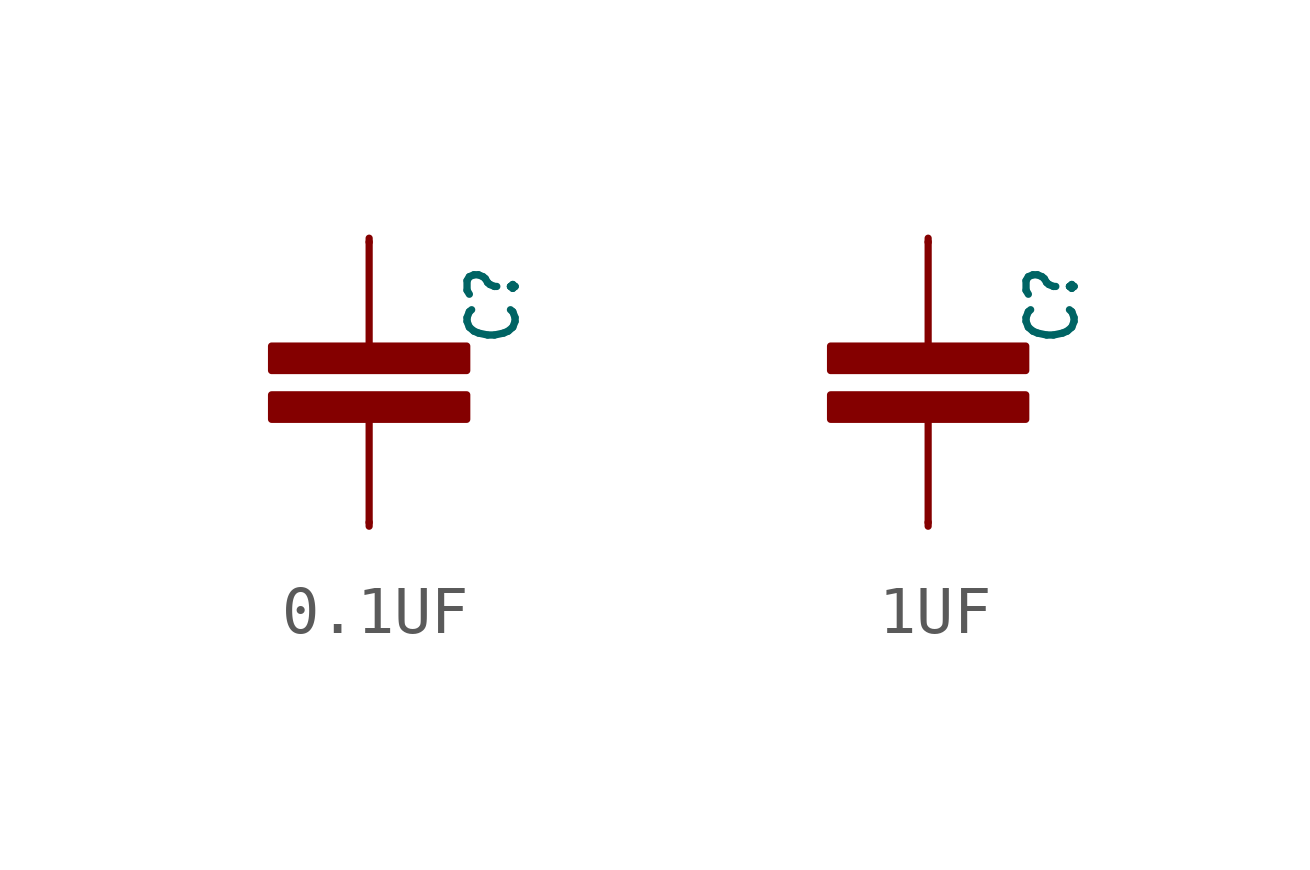
<source format=kicad_sym>
(kicad_symbol_lib
  (version 20231120)
  (generator "kicad_symbol_editor")
  (generator_version "8.0")
  (symbol "0.1UF"
    (property "Reference" "C"
      (at 2 -0.5 90)
      (effects (font (size 1 0.85)) (justify right top)))
    (property "Value" ""
      (at -3 -0.5 90)
      (effects (font (size 1 0.85)) (justify right top)))
    (property "ki_locked" ""
      (at 0 0 0)
      (effects (font (size 1.27 1.27))))
    (symbol "0.1UF_1_0"
      (rectangle (start -2.032 -3.772) (end 2.032 -3.264) (stroke (width 0) (type default)) (fill (type outline)))
      (rectangle (start -2.032 -2.756) (end 2.032 -2.248) (stroke (width 0) (type default)) (fill (type outline)))
      (polyline (pts (xy 0 -3.5) (xy 0 -6)) (stroke (width 0.15) (type solid)) (fill (type none)))
      (polyline (pts (xy 0 -2.5) (xy 0 0)) (stroke (width 0.15) (type solid)) (fill (type none)))
      (pin bidirectional line (at 0 -5.92 90) (length 0) (name "2" (effects (font (size 0 0)))) (number "1" (effects (font (size 0 0)))))
      (pin bidirectional line (at 0 -0.08 270) (length 0) (name "1" (effects (font (size 0 0)))) (number "2" (effects (font (size 0 0)))))))
  (symbol "1UF"
    (property "Reference" "C"
      (at 2 -0.5 90)
      (effects (font (size 1 0.85)) (justify right top)))
    (property "Value" ""
      (at -3 -0.5 90)
      (effects (font (size 1 0.85)) (justify right top)))
    (property "ki_locked" ""
      (at 0 0 0)
      (effects (font (size 1.27 1.27))))
    (symbol "1UF_1_0"
      (rectangle (start -2.032 -3.772) (end 2.032 -3.264) (stroke (width 0) (type default)) (fill (type outline)))
      (rectangle (start -2.032 -2.756) (end 2.032 -2.248) (stroke (width 0) (type default)) (fill (type outline)))
      (polyline (pts (xy 0 -3.5) (xy 0 -6)) (stroke (width 0.15) (type solid)) (fill (type none)))
      (polyline (pts (xy 0 -2.5) (xy 0 0)) (stroke (width 0.15) (type solid)) (fill (type none)))
      (pin bidirectional line (at 0 -5.92 90) (length 0) (name "2" (effects (font (size 0 0)))) (number "1" (effects (font (size 0 0)))))
      (pin bidirectional line (at 0 -0.08 270) (length 0) (name "1" (effects (font (size 0 0)))) (number "2" (effects (font (size 0 0))))))))
</source>
